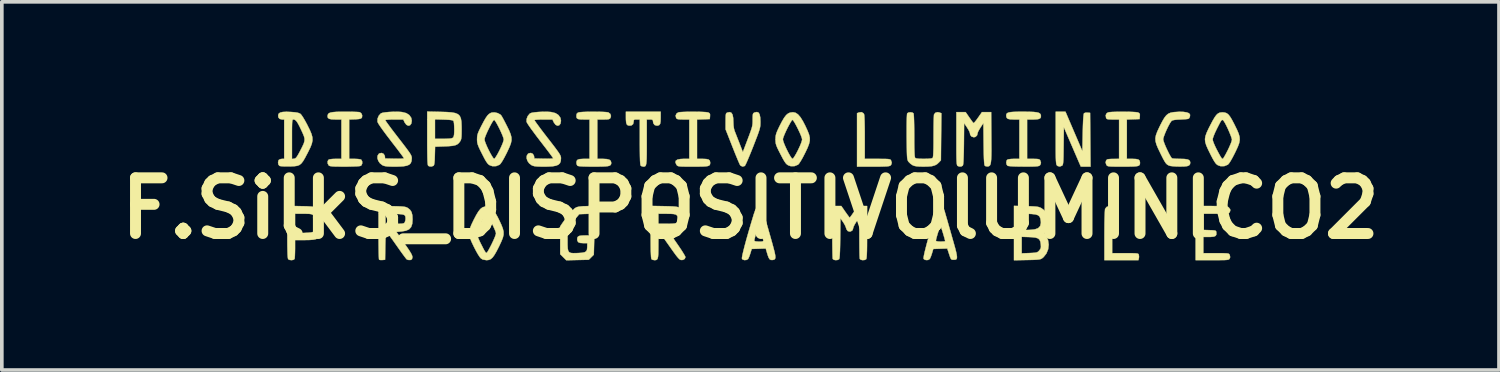
<source format=kicad_pcb>
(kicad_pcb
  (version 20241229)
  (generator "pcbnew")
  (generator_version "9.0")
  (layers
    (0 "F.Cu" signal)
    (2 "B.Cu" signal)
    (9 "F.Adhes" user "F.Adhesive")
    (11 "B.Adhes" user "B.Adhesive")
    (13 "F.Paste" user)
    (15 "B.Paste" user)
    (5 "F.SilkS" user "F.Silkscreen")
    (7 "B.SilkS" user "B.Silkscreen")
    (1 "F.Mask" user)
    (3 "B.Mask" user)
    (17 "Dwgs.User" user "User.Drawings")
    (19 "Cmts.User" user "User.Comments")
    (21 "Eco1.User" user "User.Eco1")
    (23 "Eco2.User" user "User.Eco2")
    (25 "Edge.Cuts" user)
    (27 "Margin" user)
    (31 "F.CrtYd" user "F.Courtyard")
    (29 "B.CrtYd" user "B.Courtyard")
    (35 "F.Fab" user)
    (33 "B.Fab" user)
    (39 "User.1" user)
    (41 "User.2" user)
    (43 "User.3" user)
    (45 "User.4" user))
  (footprint "F.SilkS_DISPOSITIVOlUMINICO2"
    (layer "F.Cu")
    (at 17.497 2.654)
    (property "Reference" "F.SilkS_DISPOSITIVOlUMINICO2" (at 0 0 0) (layer "F.SilkS") (effects (font (size 1.524 1.524) (thickness 0.3))))
    (attr through_hole)
    (fp_poly (pts (xy 3.093 -2.605) (xy 3.111 -2.58) (xy 3.117 -2.549) (xy 3.122 -2.479) (xy 3.126 -2.378) (xy 3.129 -2.248) (xy 3.131 -2.096) (xy 3.131 -1.948) (xy 3.131 -1.354) (xy 3.48 -1.354) (xy 3.609 -1.353) (xy 3.703 -1.352) (xy 3.767 -1.349) (xy 3.808 -1.343) (xy 3.832 -1.334) (xy 3.846 -1.321) (xy 3.85 -1.313) (xy 3.871 -1.246) (xy 3.853 -1.191) (xy 3.839 -1.175) (xy 3.822 -1.164) (xy 3.793 -1.156) (xy 3.747 -1.149) (xy 3.677 -1.146) (xy 3.58 -1.143) (xy 3.448 -1.142) (xy 3.363 -1.142) (xy 2.92 -1.142) (xy 2.92 -2.604) (xy 2.972 -2.624) (xy 3.042 -2.634) (xy 3.093 -2.605)) (stroke (width 0.01) (type solid)) (fill yes) (layer "F.SilkS"))
    (fp_poly (pts (xy 9.862 -0.042) (xy 9.874 -0.034) (xy 9.884 -0.022) (xy 9.891 -0.000053) (xy 9.897 0.035) (xy 9.9 0.089) (xy 9.903 0.165) (xy 9.904 0.27) (xy 9.905 0.407) (xy 9.905 0.58) (xy 9.905 0.605) (xy 9.905 1.229) (xy 10.263 1.229) (xy 10.394 1.229) (xy 10.489 1.23) (xy 10.554 1.233) (xy 10.595 1.238) (xy 10.618 1.246) (xy 10.63 1.259) (xy 10.635 1.272) (xy 10.641 1.328) (xy 10.636 1.368) (xy 10.624 1.419) (xy 9.693 1.419) (xy 9.693 0.743) (xy 9.694 0.576) (xy 9.695 0.42) (xy 9.698 0.282) (xy 9.702 0.166) (xy 9.706 0.08) (xy 9.71 0.027) (xy 9.713 0.015) (xy 9.752 -0.037) (xy 9.809 -0.056) (xy 9.862 -0.042)) (stroke (width 0.01) (type solid)) (fill yes) (layer "F.SilkS"))
    (fp_poly (pts (xy 8.858 -2.105) (xy 9.09 -1.564) (xy 9.1 -2.072) (xy 9.105 -2.259) (xy 9.111 -2.406) (xy 9.119 -2.513) (xy 9.127 -2.58) (xy 9.135 -2.603) (xy 9.171 -2.618) (xy 9.226 -2.62) (xy 9.23 -2.62) (xy 9.301 -2.613) (xy 9.307 -1.878) (xy 9.313 -1.142) (xy 9.18 -1.142) (xy 9.047 -1.143) (xy 8.582 -2.221) (xy 8.576 -1.708) (xy 8.574 -1.546) (xy 8.572 -1.42) (xy 8.569 -1.327) (xy 8.564 -1.261) (xy 8.558 -1.216) (xy 8.55 -1.189) (xy 8.54 -1.173) (xy 8.535 -1.169) (xy 8.473 -1.144) (xy 8.413 -1.159) (xy 8.393 -1.175) (xy 8.384 -1.189) (xy 8.376 -1.212) (xy 8.371 -1.25) (xy 8.366 -1.305) (xy 8.363 -1.384) (xy 8.361 -1.489) (xy 8.36 -1.625) (xy 8.36 -1.796) (xy 8.36 -1.927) (xy 8.36 -2.645) (xy 8.627 -2.645) (xy 8.858 -2.105)) (stroke (width 0.01) (type solid)) (fill yes) (layer "F.SilkS"))
    (fp_poly (pts (xy -2.457 -2.48) (xy -2.46 -2.381) (xy -2.471 -2.317) (xy -2.495 -2.281) (xy -2.535 -2.266) (xy -2.566 -2.264) (xy -2.624 -2.282) (xy -2.659 -2.333) (xy -2.668 -2.39) (xy -2.675 -2.418) (xy -2.702 -2.431) (xy -2.753 -2.433) (xy -2.838 -2.433) (xy -2.838 -1.813) (xy -2.838 -1.627) (xy -2.839 -1.479) (xy -2.841 -1.365) (xy -2.846 -1.28) (xy -2.853 -1.219) (xy -2.863 -1.18) (xy -2.877 -1.157) (xy -2.896 -1.146) (xy -2.92 -1.142) (xy -2.933 -1.142) (xy -2.981 -1.154) (xy -3.003 -1.168) (xy -3.011 -1.188) (xy -3.017 -1.236) (xy -3.022 -1.312) (xy -3.025 -1.421) (xy -3.027 -1.565) (xy -3.028 -1.747) (xy -3.028 -1.813) (xy -3.028 -2.433) (xy -3.113 -2.433) (xy -3.167 -2.431) (xy -3.191 -2.417) (xy -3.197 -2.384) (xy -3.197 -2.374) (xy -3.212 -2.307) (xy -3.255 -2.271) (xy -3.303 -2.264) (xy -3.352 -2.27) (xy -3.383 -2.295) (xy -3.401 -2.343) (xy -3.408 -2.423) (xy -3.409 -2.48) (xy -3.409 -2.645) (xy -2.457 -2.645) (xy -2.457 -2.48)) (stroke (width 0.01) (type solid)) (fill yes) (layer "F.SilkS"))
    (fp_poly (pts (xy -1.407 -2.643) (xy -1.302 -2.639) (xy -1.218 -2.634) (xy -1.164 -2.626) (xy -1.155 -2.624) (xy -1.118 -2.604) (xy -1.105 -2.572) (xy -1.106 -2.523) (xy -1.113 -2.444) (xy -1.462 -2.432) (xy -1.462 -1.354) (xy -1.307 -1.354) (xy -1.211 -1.35) (xy -1.149 -1.337) (xy -1.115 -1.31) (xy -1.103 -1.267) (xy -1.102 -1.248) (xy -1.104 -1.214) (xy -1.113 -1.188) (xy -1.135 -1.169) (xy -1.174 -1.156) (xy -1.237 -1.148) (xy -1.327 -1.144) (xy -1.45 -1.142) (xy -1.571 -1.142) (xy -1.714 -1.142) (xy -1.82 -1.143) (xy -1.896 -1.145) (xy -1.948 -1.15) (xy -1.981 -1.157) (xy -2.001 -1.167) (xy -2.015 -1.181) (xy -2.022 -1.189) (xy -2.052 -1.253) (xy -2.045 -1.3) (xy -1.999 -1.333) (xy -1.913 -1.35) (xy -1.831 -1.354) (xy -1.673 -1.354) (xy -1.673 -2.433) (xy -1.842 -2.433) (xy -1.928 -2.435) (xy -1.982 -2.44) (xy -2.013 -2.451) (xy -2.031 -2.471) (xy -2.034 -2.476) (xy -2.047 -2.539) (xy -2.023 -2.594) (xy -1.977 -2.625) (xy -1.935 -2.633) (xy -1.86 -2.638) (xy -1.76 -2.642) (xy -1.645 -2.644) (xy -1.525 -2.644) (xy -1.407 -2.643)) (stroke (width 0.01) (type solid)) (fill yes) (layer "F.SilkS"))
    (fp_poly (pts (xy 12.771 -0.062) (xy 12.882 -0.061) (xy 12.962 -0.059) (xy 13.017 -0.055) (xy 13.054 -0.048) (xy 13.079 -0.038) (xy 13.096 -0.025) (xy 13.101 -0.02) (xy 13.136 0.026) (xy 13.138 0.069) (xy 13.121 0.108) (xy 13.11 0.123) (xy 13.092 0.134) (xy 13.06 0.141) (xy 13.008 0.146) (xy 12.929 0.148) (xy 12.817 0.149) (xy 12.751 0.149) (xy 12.402 0.149) (xy 12.402 0.592) (xy 12.577 0.598) (xy 12.663 0.601) (xy 12.715 0.607) (xy 12.742 0.617) (xy 12.754 0.635) (xy 12.758 0.664) (xy 12.758 0.719) (xy 12.736 0.755) (xy 12.688 0.775) (xy 12.606 0.783) (xy 12.559 0.784) (xy 12.402 0.784) (xy 12.402 1.229) (xy 12.752 1.229) (xy 12.881 1.229) (xy 12.974 1.23) (xy 13.038 1.233) (xy 13.078 1.238) (xy 13.102 1.247) (xy 13.115 1.26) (xy 13.125 1.279) (xy 13.136 1.337) (xy 13.123 1.374) (xy 13.114 1.389) (xy 13.1 1.4) (xy 13.076 1.408) (xy 13.036 1.413) (xy 12.975 1.417) (xy 12.887 1.418) (xy 12.767 1.419) (xy 12.645 1.419) (xy 12.191 1.419) (xy 12.191 -0.063) (xy 12.625 -0.063) (xy 12.771 -0.062)) (stroke (width 0.01) (type solid)) (fill yes) (layer "F.SilkS"))
    (fp_poly (pts (xy -10.981 -2.644) (xy -10.87 -2.642) (xy -10.78 -2.639) (xy -10.718 -2.635) (xy -10.696 -2.632) (xy -10.654 -2.601) (xy -10.631 -2.549) (xy -10.635 -2.493) (xy -10.642 -2.478) (xy -10.667 -2.458) (xy -10.717 -2.446) (xy -10.801 -2.439) (xy -10.825 -2.438) (xy -10.987 -2.432) (xy -10.987 -1.354) (xy -10.832 -1.354) (xy -10.745 -1.35) (xy -10.681 -1.341) (xy -10.652 -1.328) (xy -10.63 -1.282) (xy -10.63 -1.224) (xy -10.652 -1.177) (xy -10.668 -1.164) (xy -10.703 -1.156) (xy -10.775 -1.15) (xy -10.878 -1.146) (xy -11.005 -1.143) (xy -11.111 -1.142) (xy -11.255 -1.143) (xy -11.363 -1.144) (xy -11.44 -1.148) (xy -11.492 -1.154) (xy -11.525 -1.162) (xy -11.544 -1.173) (xy -11.546 -1.175) (xy -11.574 -1.227) (xy -11.576 -1.287) (xy -11.554 -1.328) (xy -11.518 -1.342) (xy -11.449 -1.351) (xy -11.364 -1.354) (xy -11.198 -1.354) (xy -11.198 -2.433) (xy -11.365 -2.433) (xy -11.467 -2.437) (xy -11.532 -2.45) (xy -11.568 -2.476) (xy -11.578 -2.518) (xy -11.576 -2.543) (xy -11.565 -2.577) (xy -11.542 -2.603) (xy -11.499 -2.621) (xy -11.434 -2.633) (xy -11.34 -2.641) (xy -11.212 -2.644) (xy -11.103 -2.644) (xy -10.981 -2.644)) (stroke (width 0.01) (type solid)) (fill yes) (layer "F.SilkS"))
    (fp_poly (pts (xy -4.141 -2.643) (xy -4.036 -2.64) (xy -3.952 -2.635) (xy -3.898 -2.628) (xy -3.889 -2.625) (xy -3.837 -2.586) (xy -3.818 -2.529) (xy -3.832 -2.476) (xy -3.849 -2.455) (xy -3.876 -2.442) (xy -3.924 -2.435) (xy -4.003 -2.433) (xy -4.024 -2.433) (xy -4.192 -2.433) (xy -4.192 -1.354) (xy -4.035 -1.354) (xy -3.93 -1.348) (xy -3.861 -1.33) (xy -3.823 -1.297) (xy -3.811 -1.248) (xy -3.814 -1.214) (xy -3.827 -1.188) (xy -3.853 -1.169) (xy -3.899 -1.156) (xy -3.969 -1.148) (xy -4.069 -1.144) (xy -4.203 -1.142) (xy -4.295 -1.142) (xy -4.457 -1.143) (xy -4.579 -1.146) (xy -4.665 -1.151) (xy -4.717 -1.159) (xy -4.738 -1.168) (xy -4.758 -1.207) (xy -4.764 -1.248) (xy -4.757 -1.298) (xy -4.731 -1.33) (xy -4.68 -1.347) (xy -4.596 -1.353) (xy -4.558 -1.354) (xy -4.404 -1.354) (xy -4.404 -2.433) (xy -4.55 -2.433) (xy -4.648 -2.435) (xy -4.71 -2.443) (xy -4.745 -2.46) (xy -4.761 -2.489) (xy -4.764 -2.531) (xy -4.757 -2.586) (xy -4.729 -2.615) (xy -4.71 -2.624) (xy -4.667 -2.632) (xy -4.592 -2.638) (xy -4.493 -2.642) (xy -4.378 -2.644) (xy -4.258 -2.644) (xy -4.141 -2.643)) (stroke (width 0.01) (type solid)) (fill yes) (layer "F.SilkS"))
    (fp_poly (pts (xy 10.361 -2.643) (xy 10.466 -2.639) (xy 10.55 -2.634) (xy 10.604 -2.627) (xy 10.614 -2.624) (xy 10.65 -2.604) (xy 10.664 -2.572) (xy 10.663 -2.523) (xy 10.656 -2.444) (xy 10.307 -2.432) (xy 10.307 -1.354) (xy 10.461 -1.354) (xy 10.558 -1.35) (xy 10.62 -1.337) (xy 10.653 -1.31) (xy 10.666 -1.267) (xy 10.667 -1.248) (xy 10.665 -1.214) (xy 10.656 -1.188) (xy 10.634 -1.169) (xy 10.594 -1.156) (xy 10.532 -1.148) (xy 10.442 -1.144) (xy 10.319 -1.142) (xy 10.197 -1.142) (xy 10.054 -1.142) (xy 9.948 -1.143) (xy 9.872 -1.145) (xy 9.82 -1.149) (xy 9.788 -1.156) (xy 9.767 -1.166) (xy 9.754 -1.18) (xy 9.746 -1.192) (xy 9.726 -1.253) (xy 9.74 -1.31) (xy 9.766 -1.338) (xy 9.797 -1.345) (xy 9.858 -1.351) (xy 9.935 -1.353) (xy 9.942 -1.353) (xy 10.095 -1.354) (xy 10.095 -2.433) (xy 9.925 -2.433) (xy 9.84 -2.434) (xy 9.787 -2.439) (xy 9.758 -2.449) (xy 9.743 -2.468) (xy 9.738 -2.48) (xy 9.729 -2.55) (xy 9.755 -2.603) (xy 9.793 -2.625) (xy 9.834 -2.633) (xy 9.91 -2.639) (xy 10.009 -2.642) (xy 10.123 -2.644) (xy 10.244 -2.644) (xy 10.361 -2.643)) (stroke (width 0.01) (type solid)) (fill yes) (layer "F.SilkS"))
    (fp_poly (pts (xy 7.477 -2.645) (xy 7.632 -2.643) (xy 7.749 -2.639) (xy 7.834 -2.63) (xy 7.892 -2.616) (xy 7.928 -2.596) (xy 7.947 -2.568) (xy 7.954 -2.543) (xy 7.953 -2.493) (xy 7.93 -2.461) (xy 7.879 -2.442) (xy 7.795 -2.434) (xy 7.743 -2.433) (xy 7.576 -2.433) (xy 7.576 -1.354) (xy 7.745 -1.354) (xy 7.832 -1.352) (xy 7.886 -1.347) (xy 7.916 -1.335) (xy 7.934 -1.315) (xy 7.935 -1.313) (xy 7.956 -1.246) (xy 7.938 -1.191) (xy 7.924 -1.175) (xy 7.906 -1.164) (xy 7.876 -1.155) (xy 7.828 -1.149) (xy 7.756 -1.145) (xy 7.655 -1.143) (xy 7.518 -1.143) (xy 7.485 -1.143) (xy 7.345 -1.144) (xy 7.225 -1.147) (xy 7.13 -1.152) (xy 7.066 -1.159) (xy 7.042 -1.165) (xy 7.014 -1.202) (xy 7.005 -1.258) (xy 7.018 -1.311) (xy 7.03 -1.328) (xy 7.066 -1.342) (xy 7.133 -1.351) (xy 7.21 -1.354) (xy 7.365 -1.354) (xy 7.365 -2.433) (xy 7.21 -2.433) (xy 7.114 -2.437) (xy 7.052 -2.45) (xy 7.019 -2.477) (xy 7.006 -2.52) (xy 7.005 -2.544) (xy 7.009 -2.577) (xy 7.026 -2.602) (xy 7.059 -2.62) (xy 7.115 -2.633) (xy 7.197 -2.64) (xy 7.312 -2.644) (xy 7.463 -2.645) (xy 7.477 -2.645)) (stroke (width 0.01) (type solid)) (fill yes) (layer "F.SilkS"))
    (fp_poly (pts (xy -12.301 -0.059) (xy -12.149 -0.056) (xy -12.034 -0.049) (xy -11.948 -0.039) (xy -11.886 -0.022) (xy -11.841 0.003) (xy -11.806 0.038) (xy -11.777 0.085) (xy -11.765 0.108) (xy -11.745 0.174) (xy -11.731 0.268) (xy -11.726 0.379) (xy -11.727 0.493) (xy -11.736 0.599) (xy -11.752 0.683) (xy -11.763 0.715) (xy -11.796 0.772) (xy -11.837 0.814) (xy -11.893 0.842) (xy -11.971 0.859) (xy -12.077 0.867) (xy -12.199 0.869) (xy -12.468 0.869) (xy -12.468 1.11) (xy -12.47 1.21) (xy -12.473 1.296) (xy -12.477 1.358) (xy -12.481 1.386) (xy -12.51 1.409) (xy -12.561 1.419) (xy -12.616 1.413) (xy -12.655 1.394) (xy -12.662 1.374) (xy -12.668 1.329) (xy -12.673 1.256) (xy -12.676 1.153) (xy -12.679 1.015) (xy -12.68 0.841) (xy -12.68 0.651) (xy -12.68 0.149) (xy -12.468 0.149) (xy -12.468 0.684) (xy -12.223 0.674) (xy -12.108 0.668) (xy -12.029 0.66) (xy -11.981 0.649) (xy -11.959 0.635) (xy -11.959 0.634) (xy -11.951 0.601) (xy -11.944 0.536) (xy -11.94 0.451) (xy -11.94 0.398) (xy -11.94 0.301) (xy -11.947 0.233) (xy -11.966 0.189) (xy -12.005 0.164) (xy -12.068 0.152) (xy -12.163 0.149) (xy -12.245 0.149) (xy -12.468 0.149) (xy -12.68 0.149) (xy -12.68 -0.067) (xy -12.301 -0.059)) (stroke (width 0.01) (type solid)) (fill yes) (layer "F.SilkS"))
    (fp_poly (pts (xy -8.484 -2.641) (xy -8.313 -2.636) (xy -8.179 -2.626) (xy -8.078 -2.607) (xy -8.006 -2.576) (xy -7.958 -2.529) (xy -7.928 -2.461) (xy -7.913 -2.37) (xy -7.908 -2.251) (xy -7.907 -2.17) (xy -7.908 -2.051) (xy -7.911 -1.967) (xy -7.918 -1.909) (xy -7.929 -1.869) (xy -7.945 -1.838) (xy -7.946 -1.837) (xy -7.984 -1.787) (xy -8.027 -1.751) (xy -8.082 -1.727) (xy -8.157 -1.711) (xy -8.26 -1.702) (xy -8.365 -1.697) (xy -8.634 -1.687) (xy -8.641 -1.435) (xy -8.645 -1.321) (xy -8.652 -1.242) (xy -8.661 -1.193) (xy -8.674 -1.168) (xy -8.68 -1.163) (xy -8.738 -1.144) (xy -8.797 -1.151) (xy -8.824 -1.168) (xy -8.831 -1.187) (xy -8.837 -1.232) (xy -8.842 -1.304) (xy -8.845 -1.407) (xy -8.847 -1.544) (xy -8.849 -1.718) (xy -8.849 -1.904) (xy -8.637 -1.904) (xy -8.406 -1.904) (xy -8.297 -1.905) (xy -8.222 -1.91) (xy -8.174 -1.919) (xy -8.146 -1.933) (xy -8.141 -1.937) (xy -8.124 -1.966) (xy -8.114 -2.014) (xy -8.109 -2.092) (xy -8.108 -2.165) (xy -8.111 -2.254) (xy -8.116 -2.33) (xy -8.125 -2.38) (xy -8.129 -2.391) (xy -8.148 -2.406) (xy -8.189 -2.416) (xy -8.257 -2.424) (xy -8.36 -2.429) (xy -8.393 -2.43) (xy -8.637 -2.437) (xy -8.637 -1.904) (xy -8.849 -1.904) (xy -8.849 -1.921) (xy -8.849 -2.649) (xy -8.484 -2.641)) (stroke (width 0.01) (type solid)) (fill yes) (layer "F.SilkS"))
    (fp_poly (pts (xy 0.222 -2.621) (xy 0.252 -2.572) (xy 0.269 -2.488) (xy 0.274 -2.369) (xy 0.273 -2.315) (xy 0.271 -2.268) (xy 0.264 -2.22) (xy 0.251 -2.167) (xy 0.231 -2.102) (xy 0.202 -2.019) (xy 0.161 -1.912) (xy 0.108 -1.775) (xy 0.074 -1.687) (xy 0.019 -1.549) (xy -0.033 -1.423) (xy -0.078 -1.316) (xy -0.115 -1.233) (xy -0.142 -1.179) (xy -0.154 -1.16) (xy -0.213 -1.143) (xy -0.266 -1.167) (xy -0.285 -1.19) (xy -0.301 -1.223) (xy -0.33 -1.289) (xy -0.369 -1.382) (xy -0.416 -1.496) (xy -0.467 -1.624) (xy -0.497 -1.7) (xy -0.679 -2.162) (xy -0.679 -2.383) (xy -0.678 -2.482) (xy -0.675 -2.547) (xy -0.669 -2.586) (xy -0.657 -2.607) (xy -0.638 -2.619) (xy -0.632 -2.621) (xy -0.568 -2.634) (xy -0.521 -2.616) (xy -0.489 -2.564) (xy -0.472 -2.476) (xy -0.467 -2.36) (xy -0.463 -2.272) (xy -0.452 -2.19) (xy -0.438 -2.134) (xy -0.42 -2.087) (xy -0.39 -2.011) (xy -0.353 -1.916) (xy -0.312 -1.812) (xy -0.308 -1.801) (xy -0.207 -1.539) (xy -0.073 -1.893) (xy -0.024 -2.023) (xy 0.011 -2.121) (xy 0.036 -2.196) (xy 0.051 -2.258) (xy 0.059 -2.314) (xy 0.062 -2.372) (xy 0.062 -2.426) (xy 0.063 -2.513) (xy 0.067 -2.567) (xy 0.076 -2.598) (xy 0.094 -2.614) (xy 0.115 -2.624) (xy 0.177 -2.637) (xy 0.222 -2.621)) (stroke (width 0.01) (type solid)) (fill yes) (layer "F.SilkS"))
    (fp_poly (pts (xy 2.599 0.096) (xy 2.649 0.166) (xy 2.689 0.22) (xy 2.714 0.251) (xy 2.719 0.255) (xy 2.734 0.239) (xy 2.767 0.195) (xy 2.811 0.131) (xy 2.835 0.096) (xy 2.942 -0.063) (xy 3.195 -0.063) (xy 3.195 0.653) (xy 3.194 0.862) (xy 3.193 1.032) (xy 3.191 1.166) (xy 3.187 1.266) (xy 3.182 1.336) (xy 3.176 1.377) (xy 3.169 1.394) (xy 3.128 1.414) (xy 3.073 1.419) (xy 3.023 1.408) (xy 2.996 1.386) (xy 2.993 1.356) (xy 2.989 1.29) (xy 2.987 1.194) (xy 2.985 1.073) (xy 2.984 0.934) (xy 2.983 0.798) (xy 2.983 0.244) (xy 2.899 0.371) (xy 2.856 0.44) (xy 2.826 0.501) (xy 2.814 0.541) (xy 2.814 0.542) (xy 2.796 0.6) (xy 2.748 0.632) (xy 2.717 0.636) (xy 2.666 0.622) (xy 2.632 0.576) (xy 2.615 0.525) (xy 2.595 0.474) (xy 2.559 0.409) (xy 2.533 0.37) (xy 2.465 0.273) (xy 2.459 0.818) (xy 2.456 1.013) (xy 2.452 1.168) (xy 2.446 1.284) (xy 2.439 1.358) (xy 2.43 1.391) (xy 2.43 1.391) (xy 2.391 1.413) (xy 2.338 1.419) (xy 2.286 1.41) (xy 2.256 1.387) (xy 2.255 1.386) (xy 2.252 1.357) (xy 2.249 1.291) (xy 2.247 1.194) (xy 2.245 1.069) (xy 2.243 0.924) (xy 2.243 0.762) (xy 2.242 0.645) (xy 2.242 -0.063) (xy 2.489 -0.063) (xy 2.599 0.096)) (stroke (width 0.01) (type solid)) (fill yes) (layer "F.SilkS"))
    (fp_poly (pts (xy 5.995 -2.486) (xy 6.043 -2.418) (xy 6.082 -2.365) (xy 6.107 -2.336) (xy 6.111 -2.333) (xy 6.129 -2.347) (xy 6.165 -2.389) (xy 6.211 -2.45) (xy 6.233 -2.481) (xy 6.34 -2.634) (xy 6.592 -2.634) (xy 6.597 -1.946) (xy 6.598 -1.743) (xy 6.599 -1.578) (xy 6.597 -1.447) (xy 6.593 -1.346) (xy 6.586 -1.271) (xy 6.577 -1.218) (xy 6.563 -1.183) (xy 6.545 -1.162) (xy 6.522 -1.151) (xy 6.495 -1.146) (xy 6.444 -1.152) (xy 6.416 -1.169) (xy 6.407 -1.199) (xy 6.4 -1.265) (xy 6.394 -1.369) (xy 6.39 -1.513) (xy 6.387 -1.698) (xy 6.386 -1.767) (xy 6.38 -2.334) (xy 6.301 -2.215) (xy 6.261 -2.149) (xy 6.232 -2.094) (xy 6.222 -2.062) (xy 6.205 -1.996) (xy 6.16 -1.955) (xy 6.116 -1.946) (xy 6.055 -1.965) (xy 6.018 -2.014) (xy 6.01 -2.062) (xy 5.999 -2.096) (xy 5.97 -2.152) (xy 5.931 -2.215) (xy 5.851 -2.334) (xy 5.846 -1.767) (xy 5.843 -1.565) (xy 5.838 -1.405) (xy 5.833 -1.286) (xy 5.826 -1.208) (xy 5.817 -1.172) (xy 5.817 -1.17) (xy 5.773 -1.146) (xy 5.714 -1.146) (xy 5.671 -1.163) (xy 5.663 -1.173) (xy 5.656 -1.195) (xy 5.65 -1.232) (xy 5.646 -1.289) (xy 5.643 -1.37) (xy 5.641 -1.478) (xy 5.64 -1.619) (xy 5.64 -1.795) (xy 5.64 -1.909) (xy 5.64 -2.634) (xy 5.893 -2.634) (xy 5.995 -2.486)) (stroke (width 0.01) (type solid)) (fill yes) (layer "F.SilkS"))
    (fp_poly (pts (xy -4.365 -0.052) (xy -4.312 -0.031) (xy -4.284 0.005) (xy -4.277 0.053) (xy -4.28 0.092) (xy -4.292 0.119) (xy -4.322 0.136) (xy -4.375 0.146) (xy -4.459 0.152) (xy -4.53 0.154) (xy -4.688 0.16) (xy -4.792 0.287) (xy -4.871 0.385) (xy -4.928 0.46) (xy -4.967 0.522) (xy -4.99 0.582) (xy -5.002 0.649) (xy -5.007 0.734) (xy -5.007 0.846) (xy -5.007 0.874) (xy -5.007 1.005) (xy -5.002 1.1) (xy -4.989 1.163) (xy -4.962 1.202) (xy -4.917 1.222) (xy -4.85 1.228) (xy -4.755 1.226) (xy -4.725 1.225) (xy -4.616 1.218) (xy -4.543 1.204) (xy -4.498 1.178) (xy -4.475 1.135) (xy -4.468 1.07) (xy -4.467 1.045) (xy -4.467 0.953) (xy -4.58 0.953) (xy -4.665 0.947) (xy -4.716 0.925) (xy -4.739 0.883) (xy -4.743 0.848) (xy -4.738 0.803) (xy -4.719 0.773) (xy -4.679 0.754) (xy -4.612 0.745) (xy -4.51 0.742) (xy -4.483 0.742) (xy -4.274 0.742) (xy -4.281 1.006) (xy -4.288 1.27) (xy -4.357 1.339) (xy -4.426 1.408) (xy -4.733 1.415) (xy -5.041 1.422) (xy -5.208 1.255) (xy -5.208 0.495) (xy -5.145 0.401) (xy -5.084 0.316) (xy -5.012 0.224) (xy -4.939 0.136) (xy -4.872 0.061) (xy -4.818 0.007) (xy -4.801 -0.006) (xy -4.756 -0.031) (xy -4.693 -0.046) (xy -4.602 -0.056) (xy -4.569 -0.058) (xy -4.449 -0.06) (xy -4.365 -0.052)) (stroke (width 0.01) (type solid)) (fill yes) (layer "F.SilkS"))
    (fp_poly (pts (xy 5.173 -2.624) (xy 5.229 -2.603) (xy 5.222 -1.959) (xy 5.216 -1.315) (xy 5.163 -1.258) (xy 5.11 -1.209) (xy 5.049 -1.176) (xy 4.972 -1.155) (xy 4.87 -1.145) (xy 4.746 -1.142) (xy 4.63 -1.144) (xy 4.546 -1.151) (xy 4.486 -1.163) (xy 4.445 -1.179) (xy 4.383 -1.221) (xy 4.331 -1.273) (xy 4.329 -1.276) (xy 4.316 -1.295) (xy 4.306 -1.318) (xy 4.298 -1.348) (xy 4.292 -1.392) (xy 4.288 -1.454) (xy 4.285 -1.539) (xy 4.283 -1.652) (xy 4.281 -1.799) (xy 4.279 -1.953) (xy 4.279 -2.119) (xy 4.279 -2.269) (xy 4.281 -2.396) (xy 4.284 -2.498) (xy 4.288 -2.567) (xy 4.293 -2.6) (xy 4.293 -2.601) (xy 4.329 -2.623) (xy 4.384 -2.63) (xy 4.437 -2.621) (xy 4.466 -2.601) (xy 4.471 -2.573) (xy 4.476 -2.508) (xy 4.48 -2.412) (xy 4.483 -2.291) (xy 4.485 -2.151) (xy 4.486 -1.998) (xy 4.486 -1.988) (xy 4.486 -1.798) (xy 4.488 -1.648) (xy 4.492 -1.534) (xy 4.496 -1.454) (xy 4.503 -1.403) (xy 4.511 -1.38) (xy 4.511 -1.379) (xy 4.548 -1.366) (xy 4.623 -1.357) (xy 4.735 -1.354) (xy 4.751 -1.354) (xy 4.866 -1.357) (xy 4.946 -1.364) (xy 4.988 -1.377) (xy 4.99 -1.379) (xy 4.998 -1.401) (xy 5.005 -1.45) (xy 5.009 -1.529) (xy 5.013 -1.641) (xy 5.015 -1.79) (xy 5.015 -1.97) (xy 5.016 -2.122) (xy 5.017 -2.261) (xy 5.019 -2.381) (xy 5.022 -2.477) (xy 5.025 -2.542) (xy 5.028 -2.57) (xy 5.066 -2.617) (xy 5.125 -2.633) (xy 5.173 -2.624)) (stroke (width 0.01) (type solid)) (fill yes) (layer "F.SilkS"))
    (fp_poly (pts (xy 11.849 -2.641) (xy 11.941 -2.628) (xy 12.003 -2.606) (xy 12.016 -2.596) (xy 12.039 -2.559) (xy 12.033 -2.51) (xy 12.03 -2.502) (xy 12.02 -2.477) (xy 12.005 -2.459) (xy 11.977 -2.448) (xy 11.929 -2.442) (xy 11.851 -2.437) (xy 11.781 -2.433) (xy 11.677 -2.428) (xy 11.607 -2.42) (xy 11.562 -2.41) (xy 11.535 -2.396) (xy 11.52 -2.38) (xy 11.482 -2.322) (xy 11.439 -2.242) (xy 11.395 -2.15) (xy 11.355 -2.057) (xy 11.323 -1.973) (xy 11.304 -1.911) (xy 11.302 -1.889) (xy 11.311 -1.845) (xy 11.335 -1.776) (xy 11.37 -1.69) (xy 11.412 -1.599) (xy 11.455 -1.511) (xy 11.495 -1.437) (xy 11.527 -1.386) (xy 11.542 -1.37) (xy 11.573 -1.363) (xy 11.635 -1.358) (xy 11.718 -1.355) (xy 11.771 -1.354) (xy 11.886 -1.351) (xy 11.965 -1.34) (xy 12.014 -1.319) (xy 12.037 -1.285) (xy 12.043 -1.248) (xy 12.035 -1.204) (xy 12.009 -1.174) (xy 11.958 -1.155) (xy 11.876 -1.146) (xy 11.761 -1.144) (xy 11.662 -1.146) (xy 11.574 -1.152) (xy 11.509 -1.159) (xy 11.486 -1.164) (xy 11.444 -1.179) (xy 11.41 -1.2) (xy 11.377 -1.233) (xy 11.342 -1.285) (xy 11.299 -1.362) (xy 11.245 -1.469) (xy 11.225 -1.51) (xy 11.161 -1.643) (xy 11.117 -1.749) (xy 11.093 -1.838) (xy 11.089 -1.92) (xy 11.105 -2.004) (xy 11.141 -2.101) (xy 11.196 -2.22) (xy 11.214 -2.257) (xy 11.28 -2.385) (xy 11.336 -2.48) (xy 11.388 -2.546) (xy 11.442 -2.59) (xy 11.504 -2.617) (xy 11.58 -2.632) (xy 11.609 -2.635) (xy 11.736 -2.643) (xy 11.849 -2.641)) (stroke (width 0.01) (type solid)) (fill yes) (layer "F.SilkS"))
    (fp_poly (pts (xy 5.261 -0.03) (xy 5.302 0.033) (xy 5.319 0.081) (xy 5.332 0.127) (xy 5.355 0.208) (xy 5.387 0.317) (xy 5.424 0.447) (xy 5.466 0.593) (xy 5.51 0.748) (xy 5.513 0.76) (xy 5.564 0.939) (xy 5.604 1.082) (xy 5.632 1.192) (xy 5.649 1.275) (xy 5.656 1.333) (xy 5.652 1.371) (xy 5.639 1.394) (xy 5.616 1.405) (xy 5.583 1.408) (xy 5.563 1.408) (xy 5.526 1.407) (xy 5.501 1.396) (xy 5.481 1.367) (xy 5.46 1.312) (xy 5.441 1.254) (xy 5.39 1.1) (xy 5.198 1.106) (xy 5.007 1.112) (xy 4.971 1.235) (xy 4.947 1.306) (xy 4.923 1.363) (xy 4.909 1.388) (xy 4.865 1.414) (xy 4.809 1.417) (xy 4.76 1.4) (xy 4.742 1.381) (xy 4.742 1.349) (xy 4.753 1.283) (xy 4.774 1.188) (xy 4.803 1.071) (xy 4.838 0.937) (xy 4.852 0.89) (xy 5.079 0.89) (xy 5.098 0.901) (xy 5.149 0.909) (xy 5.206 0.911) (xy 5.273 0.909) (xy 5.319 0.905) (xy 5.333 0.899) (xy 5.327 0.869) (xy 5.312 0.811) (xy 5.29 0.736) (xy 5.266 0.655) (xy 5.242 0.579) (xy 5.222 0.518) (xy 5.209 0.485) (xy 5.207 0.482) (xy 5.197 0.495) (xy 5.179 0.539) (xy 5.156 0.604) (xy 5.132 0.68) (xy 5.109 0.758) (xy 5.09 0.826) (xy 5.08 0.876) (xy 5.079 0.89) (xy 4.852 0.89) (xy 4.879 0.793) (xy 4.922 0.644) (xy 4.966 0.496) (xy 5.01 0.355) (xy 5.052 0.227) (xy 5.09 0.118) (xy 5.121 0.034) (xy 5.146 -0.02) (xy 5.158 -0.036) (xy 5.213 -0.053) (xy 5.261 -0.03)) (stroke (width 0.01) (type solid)) (fill yes) (layer "F.SilkS"))
    (fp_poly (pts (xy 7.55 -0.059) (xy 7.678 -0.056) (xy 7.773 -0.051) (xy 7.84 -0.045) (xy 7.89 -0.036) (xy 7.929 -0.023) (xy 7.966 -0.005) (xy 7.971 -0.002) (xy 8.035 0.047) (xy 8.09 0.107) (xy 8.102 0.125) (xy 8.144 0.234) (xy 8.162 0.355) (xy 8.154 0.475) (xy 8.122 0.581) (xy 8.087 0.638) (xy 8.064 0.67) (xy 8.062 0.697) (xy 8.082 0.735) (xy 8.096 0.756) (xy 8.149 0.87) (xy 8.167 0.995) (xy 8.152 1.121) (xy 8.104 1.238) (xy 8.026 1.336) (xy 7.993 1.364) (xy 7.967 1.381) (xy 7.937 1.393) (xy 7.895 1.401) (xy 7.833 1.407) (xy 7.747 1.411) (xy 7.627 1.414) (xy 7.575 1.415) (xy 7.217 1.422) (xy 7.217 1.233) (xy 7.428 1.233) (xy 7.642 1.225) (xy 7.74 1.22) (xy 7.805 1.214) (xy 7.848 1.204) (xy 7.877 1.188) (xy 7.902 1.163) (xy 7.909 1.155) (xy 7.942 1.109) (xy 7.955 1.062) (xy 7.952 0.994) (xy 7.952 0.99) (xy 7.94 0.912) (xy 7.915 0.858) (xy 7.872 0.822) (xy 7.803 0.801) (xy 7.702 0.79) (xy 7.639 0.787) (xy 7.428 0.78) (xy 7.428 1.233) (xy 7.217 1.233) (xy 7.217 0.594) (xy 7.428 0.594) (xy 7.571 0.593) (xy 7.66 0.59) (xy 7.746 0.582) (xy 7.799 0.573) (xy 7.884 0.539) (xy 7.935 0.484) (xy 7.954 0.403) (xy 7.952 0.354) (xy 7.939 0.276) (xy 7.915 0.222) (xy 7.871 0.187) (xy 7.802 0.166) (xy 7.701 0.155) (xy 7.639 0.152) (xy 7.428 0.145) (xy 7.428 0.594) (xy 7.217 0.594) (xy 7.217 -0.067) (xy 7.55 -0.059)) (stroke (width 0.01) (type solid)) (fill yes) (layer "F.SilkS"))
    (fp_poly (pts (xy 0.273 -0.042) (xy 0.286 -0.034) (xy 0.298 -0.022) (xy 0.31 -0.002) (xy 0.324 0.03) (xy 0.342 0.078) (xy 0.364 0.145) (xy 0.391 0.235) (xy 0.426 0.353) (xy 0.469 0.502) (xy 0.521 0.685) (xy 0.551 0.79) (xy 0.6 0.964) (xy 0.637 1.102) (xy 0.664 1.207) (xy 0.679 1.285) (xy 0.684 1.34) (xy 0.678 1.376) (xy 0.663 1.397) (xy 0.639 1.409) (xy 0.605 1.414) (xy 0.6 1.415) (xy 0.558 1.413) (xy 0.527 1.394) (xy 0.5 1.352) (xy 0.473 1.279) (xy 0.456 1.222) (xy 0.42 1.1) (xy 0.228 1.106) (xy 0.036 1.112) (xy -0.002 1.234) (xy -0.026 1.306) (xy -0.051 1.363) (xy -0.065 1.388) (xy -0.108 1.413) (xy -0.164 1.418) (xy -0.213 1.401) (xy -0.231 1.382) (xy -0.231 1.35) (xy -0.219 1.281) (xy -0.195 1.177) (xy -0.161 1.041) (xy -0.12 0.89) (xy 0.105 0.89) (xy 0.124 0.901) (xy 0.175 0.909) (xy 0.234 0.911) (xy 0.305 0.91) (xy 0.343 0.903) (xy 0.355 0.89) (xy 0.353 0.874) (xy 0.343 0.838) (xy 0.325 0.772) (xy 0.302 0.689) (xy 0.292 0.652) (xy 0.269 0.57) (xy 0.249 0.507) (xy 0.234 0.471) (xy 0.23 0.467) (xy 0.22 0.485) (xy 0.203 0.535) (xy 0.181 0.604) (xy 0.157 0.684) (xy 0.134 0.762) (xy 0.116 0.831) (xy 0.106 0.878) (xy 0.105 0.89) (xy -0.12 0.89) (xy -0.117 0.877) (xy -0.063 0.687) (xy -0.001 0.474) (xy 0.069 0.241) (xy 0.092 0.164) (xy 0.13 0.055) (xy 0.166 -0.015) (xy 0.203 -0.05) (xy 0.245 -0.053) (xy 0.273 -0.042)) (stroke (width 0.01) (type solid)) (fill yes) (layer "F.SilkS"))
    (fp_poly (pts (xy -12.576 -2.638) (xy -12.466 -2.629) (xy -12.39 -2.616) (xy -12.339 -2.597) (xy -12.322 -2.587) (xy -12.291 -2.553) (xy -12.247 -2.487) (xy -12.195 -2.399) (xy -12.138 -2.294) (xy -12.13 -2.277) (xy -12.063 -2.142) (xy -12.018 -2.035) (xy -11.994 -1.944) (xy -11.991 -1.859) (xy -12.009 -1.771) (xy -12.048 -1.67) (xy -12.109 -1.546) (xy -12.131 -1.503) (xy -12.196 -1.38) (xy -12.249 -1.29) (xy -12.297 -1.228) (xy -12.348 -1.187) (xy -12.409 -1.164) (xy -12.487 -1.153) (xy -12.59 -1.148) (xy -12.623 -1.147) (xy -12.733 -1.147) (xy -12.822 -1.151) (xy -12.88 -1.158) (xy -12.897 -1.164) (xy -12.925 -1.202) (xy -12.933 -1.258) (xy -12.921 -1.312) (xy -12.909 -1.328) (xy -12.87 -1.347) (xy -12.824 -1.354) (xy -12.765 -1.354) (xy -12.765 -1.892) (xy -12.553 -1.892) (xy -12.553 -1.351) (xy -12.495 -1.358) (xy -12.467 -1.365) (xy -12.44 -1.386) (xy -12.41 -1.426) (xy -12.372 -1.491) (xy -12.326 -1.576) (xy -12.269 -1.688) (xy -12.23 -1.773) (xy -12.21 -1.842) (xy -12.207 -1.903) (xy -12.222 -1.968) (xy -12.254 -2.047) (xy -12.296 -2.139) (xy -12.352 -2.255) (xy -12.397 -2.338) (xy -12.434 -2.391) (xy -12.468 -2.421) (xy -12.501 -2.433) (xy -12.512 -2.433) (xy -12.525 -2.432) (xy -12.534 -2.423) (xy -12.542 -2.404) (xy -12.547 -2.368) (xy -12.55 -2.311) (xy -12.552 -2.228) (xy -12.553 -2.115) (xy -12.553 -1.965) (xy -12.553 -1.892) (xy -12.765 -1.892) (xy -12.765 -2.433) (xy -12.826 -2.433) (xy -12.891 -2.449) (xy -12.926 -2.493) (xy -12.93 -2.553) (xy -12.914 -2.594) (xy -12.874 -2.622) (xy -12.805 -2.638) (xy -12.703 -2.643) (xy -12.576 -2.638)) (stroke (width 0.01) (type solid)) (fill yes) (layer "F.SilkS"))
    (fp_poly (pts (xy -9.817 -0.059) (xy -9.68 -0.056) (xy -9.578 -0.052) (xy -9.504 -0.046) (xy -9.452 -0.038) (xy -9.414 -0.026) (xy -9.386 -0.012) (xy -9.321 0.039) (xy -9.279 0.103) (xy -9.257 0.189) (xy -9.251 0.303) (xy -9.26 0.425) (xy -9.291 0.514) (xy -9.347 0.575) (xy -9.434 0.613) (xy -9.557 0.634) (xy -9.561 0.634) (xy -9.692 0.646) (xy -9.471 0.964) (xy -9.389 1.082) (xy -9.329 1.172) (xy -9.289 1.239) (xy -9.266 1.288) (xy -9.256 1.324) (xy -9.255 1.345) (xy -9.268 1.392) (xy -9.3 1.412) (xy -9.321 1.415) (xy -9.376 1.412) (xy -9.411 1.397) (xy -9.432 1.372) (xy -9.473 1.318) (xy -9.53 1.241) (xy -9.599 1.145) (xy -9.675 1.037) (xy -9.699 1.003) (xy -9.776 0.894) (xy -9.845 0.798) (xy -9.903 0.72) (xy -9.946 0.665) (xy -9.97 0.638) (xy -9.973 0.636) (xy -9.979 0.656) (xy -9.985 0.712) (xy -9.99 0.797) (xy -9.994 0.904) (xy -9.997 1.022) (xy -10.003 1.408) (xy -10.077 1.415) (xy -10.131 1.415) (xy -10.165 1.408) (xy -10.167 1.406) (xy -10.171 1.382) (xy -10.174 1.321) (xy -10.177 1.227) (xy -10.179 1.106) (xy -10.181 0.962) (xy -10.182 0.801) (xy -10.182 0.662) (xy -10.182 0.424) (xy -9.992 0.424) (xy -9.739 0.424) (xy -9.63 0.424) (xy -9.557 0.421) (xy -9.51 0.415) (xy -9.483 0.405) (xy -9.468 0.39) (xy -9.464 0.383) (xy -9.447 0.331) (xy -9.442 0.283) (xy -9.445 0.234) (xy -9.457 0.2) (xy -9.485 0.178) (xy -9.536 0.165) (xy -9.616 0.157) (xy -9.731 0.153) (xy -9.737 0.153) (xy -9.992 0.145) (xy -9.992 0.424) (xy -10.182 0.424) (xy -10.182 -0.067) (xy -9.817 -0.059)) (stroke (width 0.01) (type solid)) (fill yes) (layer "F.SilkS"))
    (fp_poly (pts (xy -7.163 -0.04) (xy -7.103 -0.012) (xy -7.046 0.04) (xy -6.988 0.12) (xy -6.923 0.234) (xy -6.88 0.321) (xy -6.82 0.45) (xy -6.78 0.552) (xy -6.759 0.639) (xy -6.759 0.721) (xy -6.779 0.807) (xy -6.82 0.909) (xy -6.88 1.037) (xy -6.887 1.051) (xy -6.954 1.182) (xy -7.01 1.278) (xy -7.059 1.345) (xy -7.107 1.388) (xy -7.157 1.411) (xy -7.214 1.419) (xy -7.23 1.419) (xy -7.328 1.402) (xy -7.377 1.373) (xy -7.41 1.335) (xy -7.456 1.266) (xy -7.51 1.171) (xy -7.569 1.057) (xy -7.572 1.051) (xy -7.635 0.919) (xy -7.678 0.814) (xy -7.7 0.726) (xy -7.701 0.684) (xy -7.493 0.684) (xy -7.485 0.726) (xy -7.46 0.795) (xy -7.423 0.882) (xy -7.386 0.959) (xy -7.331 1.067) (xy -7.292 1.142) (xy -7.263 1.189) (xy -7.243 1.214) (xy -7.227 1.22) (xy -7.216 1.216) (xy -7.2 1.193) (xy -7.169 1.141) (xy -7.128 1.065) (xy -7.082 0.976) (xy -7.081 0.973) (xy -7.036 0.878) (xy -6.999 0.792) (xy -6.974 0.723) (xy -6.966 0.684) (xy -6.975 0.645) (xy -7 0.581) (xy -7.035 0.502) (xy -7.077 0.415) (xy -7.121 0.329) (xy -7.163 0.252) (xy -7.199 0.194) (xy -7.224 0.163) (xy -7.23 0.16) (xy -7.249 0.178) (xy -7.281 0.226) (xy -7.321 0.296) (xy -7.364 0.379) (xy -7.408 0.467) (xy -7.446 0.55) (xy -7.476 0.622) (xy -7.492 0.672) (xy -7.493 0.684) (xy -7.701 0.684) (xy -7.701 0.644) (xy -7.682 0.557) (xy -7.643 0.456) (xy -7.583 0.33) (xy -7.574 0.312) (xy -7.505 0.18) (xy -7.446 0.084) (xy -7.392 0.017) (xy -7.339 -0.024) (xy -7.283 -0.044) (xy -7.23 -0.049) (xy -7.163 -0.04)) (stroke (width 0.01) (type solid)) (fill yes) (layer "F.SilkS"))
    (fp_poly (pts (xy 1.236 -2.616) (xy 1.303 -2.572) (xy 1.369 -2.496) (xy 1.438 -2.385) (xy 1.502 -2.261) (xy 1.563 -2.129) (xy 1.604 -2.024) (xy 1.625 -1.934) (xy 1.625 -1.849) (xy 1.604 -1.759) (xy 1.563 -1.653) (xy 1.501 -1.523) (xy 1.494 -1.509) (xy 1.433 -1.39) (xy 1.378 -1.295) (xy 1.334 -1.228) (xy 1.304 -1.195) (xy 1.208 -1.156) (xy 1.107 -1.154) (xy 1.036 -1.178) (xy 1.002 -1.2) (xy 0.969 -1.233) (xy 0.933 -1.284) (xy 0.889 -1.359) (xy 0.833 -1.466) (xy 0.825 -1.481) (xy 0.77 -1.588) (xy 0.732 -1.668) (xy 0.708 -1.729) (xy 0.694 -1.78) (xy 0.689 -1.831) (xy 0.687 -1.884) (xy 0.687 -1.89) (xy 0.889 -1.89) (xy 0.897 -1.845) (xy 0.921 -1.776) (xy 0.956 -1.693) (xy 0.998 -1.603) (xy 1.042 -1.516) (xy 1.085 -1.44) (xy 1.121 -1.384) (xy 1.148 -1.356) (xy 1.153 -1.354) (xy 1.175 -1.372) (xy 1.21 -1.423) (xy 1.255 -1.5) (xy 1.3 -1.586) (xy 1.355 -1.703) (xy 1.394 -1.799) (xy 1.414 -1.867) (xy 1.416 -1.888) (xy 1.407 -1.93) (xy 1.383 -1.996) (xy 1.348 -2.077) (xy 1.306 -2.166) (xy 1.262 -2.253) (xy 1.22 -2.33) (xy 1.184 -2.388) (xy 1.159 -2.42) (xy 1.152 -2.423) (xy 1.132 -2.405) (xy 1.1 -2.356) (xy 1.06 -2.285) (xy 1.016 -2.202) (xy 0.973 -2.113) (xy 0.935 -2.028) (xy 0.906 -1.955) (xy 0.89 -1.903) (xy 0.889 -1.89) (xy 0.687 -1.89) (xy 0.689 -1.949) (xy 0.697 -2.005) (xy 0.714 -2.064) (xy 0.744 -2.137) (xy 0.79 -2.235) (xy 0.794 -2.243) (xy 0.865 -2.38) (xy 0.925 -2.482) (xy 0.98 -2.553) (xy 1.033 -2.597) (xy 1.085 -2.62) (xy 1.165 -2.631) (xy 1.236 -2.616)) (stroke (width 0.01) (type solid)) (fill yes) (layer "F.SilkS"))
    (fp_poly (pts (xy 12.988 -2.622) (xy 13.039 -2.605) (xy 13.085 -2.571) (xy 13.131 -2.514) (xy 13.183 -2.429) (xy 13.245 -2.311) (xy 13.26 -2.281) (xy 13.325 -2.148) (xy 13.369 -2.043) (xy 13.394 -1.954) (xy 13.398 -1.872) (xy 13.383 -1.787) (xy 13.347 -1.689) (xy 13.291 -1.568) (xy 13.261 -1.506) (xy 13.2 -1.388) (xy 13.146 -1.293) (xy 13.102 -1.227) (xy 13.072 -1.195) (xy 12.977 -1.156) (xy 12.876 -1.154) (xy 12.805 -1.178) (xy 12.771 -1.2) (xy 12.739 -1.232) (xy 12.705 -1.281) (xy 12.662 -1.354) (xy 12.608 -1.457) (xy 12.595 -1.484) (xy 12.528 -1.619) (xy 12.481 -1.726) (xy 12.454 -1.816) (xy 12.448 -1.886) (xy 12.656 -1.886) (xy 12.666 -1.842) (xy 12.692 -1.772) (xy 12.73 -1.686) (xy 12.765 -1.615) (xy 12.821 -1.51) (xy 12.861 -1.437) (xy 12.89 -1.39) (xy 12.91 -1.365) (xy 12.926 -1.355) (xy 12.934 -1.354) (xy 12.95 -1.372) (xy 12.98 -1.42) (xy 13.02 -1.492) (xy 13.066 -1.581) (xy 13.069 -1.586) (xy 13.114 -1.682) (xy 13.152 -1.769) (xy 13.177 -1.839) (xy 13.186 -1.88) (xy 13.176 -1.923) (xy 13.152 -1.992) (xy 13.117 -2.079) (xy 13.076 -2.173) (xy 13.033 -2.263) (xy 12.993 -2.339) (xy 12.96 -2.392) (xy 12.946 -2.409) (xy 12.929 -2.42) (xy 12.913 -2.42) (xy 12.894 -2.403) (xy 12.869 -2.365) (xy 12.834 -2.3) (xy 12.785 -2.204) (xy 12.765 -2.164) (xy 12.721 -2.071) (xy 12.686 -1.986) (xy 12.663 -1.92) (xy 12.656 -1.886) (xy 12.448 -1.886) (xy 12.447 -1.897) (xy 12.46 -1.978) (xy 12.493 -2.07) (xy 12.545 -2.183) (xy 12.586 -2.263) (xy 12.654 -2.393) (xy 12.71 -2.489) (xy 12.758 -2.555) (xy 12.804 -2.597) (xy 12.852 -2.62) (xy 12.907 -2.627) (xy 12.928 -2.628) (xy 12.988 -2.622)) (stroke (width 0.01) (type solid)) (fill yes) (layer "F.SilkS"))
    (fp_poly (pts (xy -9.569 -2.639) (xy -9.535 -2.635) (xy -9.422 -2.606) (xy -9.339 -2.552) (xy -9.287 -2.477) (xy -9.272 -2.396) (xy -9.286 -2.319) (xy -9.321 -2.274) (xy -9.368 -2.263) (xy -9.419 -2.287) (xy -9.465 -2.348) (xy -9.468 -2.354) (xy -9.505 -2.433) (xy -9.747 -2.433) (xy -9.844 -2.432) (xy -9.924 -2.428) (xy -9.979 -2.423) (xy -9.999 -2.417) (xy -9.988 -2.397) (xy -9.955 -2.348) (xy -9.902 -2.275) (xy -9.833 -2.181) (xy -9.75 -2.072) (xy -9.657 -1.951) (xy -9.64 -1.929) (xy -9.532 -1.79) (xy -9.447 -1.679) (xy -9.383 -1.593) (xy -9.336 -1.527) (xy -9.305 -1.478) (xy -9.286 -1.44) (xy -9.276 -1.409) (xy -9.272 -1.382) (xy -9.272 -1.372) (xy -9.279 -1.295) (xy -9.301 -1.237) (xy -9.343 -1.195) (xy -9.41 -1.167) (xy -9.508 -1.15) (xy -9.64 -1.143) (xy -9.732 -1.142) (xy -9.852 -1.143) (xy -9.939 -1.147) (xy -10 -1.155) (xy -10.046 -1.167) (xy -10.076 -1.181) (xy -10.143 -1.233) (xy -10.189 -1.3) (xy -10.212 -1.371) (xy -10.209 -1.438) (xy -10.177 -1.49) (xy -10.156 -1.505) (xy -10.097 -1.516) (xy -10.045 -1.493) (xy -10.013 -1.442) (xy -10.009 -1.424) (xy -10.003 -1.364) (xy -9.743 -1.358) (xy -9.644 -1.357) (xy -9.563 -1.359) (xy -9.507 -1.363) (xy -9.484 -1.369) (xy -9.484 -1.369) (xy -9.497 -1.389) (xy -9.532 -1.439) (xy -9.587 -1.512) (xy -9.657 -1.606) (xy -9.741 -1.715) (xy -9.834 -1.835) (xy -9.841 -1.845) (xy -9.955 -1.994) (xy -10.051 -2.123) (xy -10.126 -2.228) (xy -10.179 -2.308) (xy -10.207 -2.359) (xy -10.211 -2.371) (xy -10.209 -2.454) (xy -10.176 -2.535) (xy -10.121 -2.596) (xy -10.114 -2.601) (xy -10.067 -2.617) (xy -9.989 -2.629) (xy -9.89 -2.638) (xy -9.78 -2.643) (xy -9.67 -2.644) (xy -9.569 -2.639)) (stroke (width 0.01) (type solid)) (fill yes) (layer "F.SilkS"))
    (fp_poly (pts (xy -5.484 -2.639) (xy -5.45 -2.635) (xy -5.337 -2.606) (xy -5.254 -2.552) (xy -5.202 -2.477) (xy -5.187 -2.396) (xy -5.201 -2.319) (xy -5.236 -2.274) (xy -5.283 -2.263) (xy -5.334 -2.287) (xy -5.38 -2.348) (xy -5.383 -2.354) (xy -5.42 -2.433) (xy -5.662 -2.433) (xy -5.759 -2.432) (xy -5.839 -2.428) (xy -5.893 -2.423) (xy -5.913 -2.417) (xy -5.903 -2.397) (xy -5.87 -2.348) (xy -5.817 -2.275) (xy -5.748 -2.181) (xy -5.665 -2.072) (xy -5.572 -1.951) (xy -5.555 -1.929) (xy -5.447 -1.79) (xy -5.362 -1.679) (xy -5.298 -1.593) (xy -5.251 -1.527) (xy -5.22 -1.478) (xy -5.201 -1.44) (xy -5.191 -1.409) (xy -5.187 -1.382) (xy -5.187 -1.372) (xy -5.193 -1.295) (xy -5.215 -1.237) (xy -5.258 -1.195) (xy -5.325 -1.167) (xy -5.423 -1.15) (xy -5.554 -1.143) (xy -5.647 -1.142) (xy -5.768 -1.143) (xy -5.854 -1.147) (xy -5.917 -1.155) (xy -5.963 -1.168) (xy -5.992 -1.181) (xy -6.058 -1.232) (xy -6.104 -1.298) (xy -6.127 -1.37) (xy -6.124 -1.437) (xy -6.093 -1.489) (xy -6.071 -1.505) (xy -6.012 -1.516) (xy -5.96 -1.493) (xy -5.928 -1.442) (xy -5.924 -1.424) (xy -5.917 -1.364) (xy -5.658 -1.358) (xy -5.559 -1.357) (xy -5.477 -1.359) (xy -5.421 -1.363) (xy -5.399 -1.369) (xy -5.399 -1.369) (xy -5.411 -1.389) (xy -5.447 -1.439) (xy -5.501 -1.512) (xy -5.572 -1.606) (xy -5.656 -1.715) (xy -5.749 -1.836) (xy -5.757 -1.846) (xy -5.852 -1.97) (xy -5.938 -2.086) (xy -6.013 -2.188) (xy -6.072 -2.273) (xy -6.112 -2.335) (xy -6.129 -2.369) (xy -6.129 -2.369) (xy -6.127 -2.446) (xy -6.097 -2.525) (xy -6.046 -2.588) (xy -6.029 -2.601) (xy -5.982 -2.617) (xy -5.904 -2.629) (xy -5.805 -2.638) (xy -5.695 -2.643) (xy -5.584 -2.644) (xy -5.484 -2.639)) (stroke (width 0.01) (type solid)) (fill yes) (layer "F.SilkS"))
    (fp_poly (pts (xy -6.921 -2.607) (xy -6.85 -2.57) (xy -6.825 -2.546) (xy -6.804 -2.513) (xy -6.769 -2.451) (xy -6.725 -2.367) (xy -6.676 -2.271) (xy -6.668 -2.256) (xy -6.607 -2.131) (xy -6.566 -2.03) (xy -6.544 -1.944) (xy -6.541 -1.864) (xy -6.559 -1.778) (xy -6.597 -1.679) (xy -6.654 -1.555) (xy -6.678 -1.506) (xy -6.739 -1.388) (xy -6.793 -1.293) (xy -6.837 -1.227) (xy -6.867 -1.195) (xy -6.962 -1.156) (xy -7.063 -1.154) (xy -7.134 -1.178) (xy -7.168 -1.199) (xy -7.199 -1.231) (xy -7.234 -1.28) (xy -7.276 -1.352) (xy -7.329 -1.455) (xy -7.346 -1.488) (xy -7.401 -1.597) (xy -7.439 -1.679) (xy -7.463 -1.741) (xy -7.477 -1.792) (xy -7.483 -1.842) (xy -7.484 -1.889) (xy -7.282 -1.889) (xy -7.273 -1.844) (xy -7.249 -1.777) (xy -7.214 -1.694) (xy -7.172 -1.605) (xy -7.127 -1.518) (xy -7.084 -1.442) (xy -7.047 -1.385) (xy -7.02 -1.356) (xy -7.015 -1.354) (xy -6.995 -1.372) (xy -6.962 -1.421) (xy -6.919 -1.493) (xy -6.873 -1.581) (xy -6.87 -1.586) (xy -6.815 -1.703) (xy -6.776 -1.799) (xy -6.756 -1.867) (xy -6.754 -1.888) (xy -6.764 -1.93) (xy -6.788 -1.996) (xy -6.823 -2.077) (xy -6.864 -2.166) (xy -6.908 -2.253) (xy -6.95 -2.33) (xy -6.986 -2.388) (xy -7.012 -2.42) (xy -7.018 -2.423) (xy -7.038 -2.405) (xy -7.071 -2.356) (xy -7.111 -2.285) (xy -7.154 -2.201) (xy -7.197 -2.112) (xy -7.235 -2.027) (xy -7.264 -1.954) (xy -7.28 -1.902) (xy -7.282 -1.889) (xy -7.484 -1.889) (xy -7.484 -1.893) (xy -7.482 -1.953) (xy -7.475 -2.004) (xy -7.459 -2.058) (xy -7.432 -2.123) (xy -7.389 -2.211) (xy -7.357 -2.274) (xy -7.293 -2.395) (xy -7.241 -2.483) (xy -7.197 -2.544) (xy -7.156 -2.584) (xy -7.112 -2.61) (xy -7.078 -2.622) (xy -7.003 -2.626) (xy -6.921 -2.607)) (stroke (width 0.01) (type solid)) (fill yes) (layer "F.SilkS"))
    (fp_poly (pts (xy -2.367 -0.059) (xy -2.23 -0.056) (xy -2.129 -0.052) (xy -2.056 -0.046) (xy -2.004 -0.038) (xy -1.965 -0.027) (xy -1.933 -0.012) (xy -1.927 -0.009) (xy -1.848 0.061) (xy -1.798 0.159) (xy -1.779 0.284) (xy -1.779 0.294) (xy -1.795 0.421) (xy -1.842 0.519) (xy -1.919 0.588) (xy -2.026 0.626) (xy -2.123 0.635) (xy -2.182 0.638) (xy -2.218 0.644) (xy -2.224 0.648) (xy -2.212 0.668) (xy -2.18 0.717) (xy -2.132 0.79) (xy -2.07 0.88) (xy -2.002 0.978) (xy -1.931 1.082) (xy -1.869 1.176) (xy -1.821 1.254) (xy -1.79 1.309) (xy -1.779 1.335) (xy -1.798 1.384) (xy -1.846 1.412) (xy -1.898 1.415) (xy -1.922 1.408) (xy -1.949 1.388) (xy -1.984 1.351) (xy -2.031 1.294) (xy -2.092 1.211) (xy -2.172 1.099) (xy -2.207 1.049) (xy -2.285 0.939) (xy -2.356 0.839) (xy -2.416 0.756) (xy -2.461 0.695) (xy -2.487 0.661) (xy -2.49 0.658) (xy -2.501 0.651) (xy -2.509 0.66) (xy -2.514 0.69) (xy -2.518 0.745) (xy -2.519 0.831) (xy -2.52 0.954) (xy -2.52 0.998) (xy -2.521 1.141) (xy -2.523 1.248) (xy -2.529 1.323) (xy -2.54 1.373) (xy -2.557 1.401) (xy -2.582 1.415) (xy -2.615 1.419) (xy -2.626 1.419) (xy -2.678 1.41) (xy -2.706 1.394) (xy -2.714 1.374) (xy -2.72 1.329) (xy -2.724 1.256) (xy -2.728 1.153) (xy -2.73 1.015) (xy -2.731 0.841) (xy -2.732 0.651) (xy -2.732 0.149) (xy -2.52 0.149) (xy -2.52 0.424) (xy -2.281 0.424) (xy -2.154 0.422) (xy -2.067 0.414) (xy -2.021 0.402) (xy -2.016 0.399) (xy -2 0.363) (xy -1.992 0.304) (xy -1.991 0.283) (xy -1.995 0.23) (xy -2.01 0.194) (xy -2.043 0.17) (xy -2.101 0.156) (xy -2.188 0.15) (xy -2.297 0.149) (xy -2.52 0.149) (xy -2.732 0.149) (xy -2.732 -0.066) (xy -2.367 -0.059)) (stroke (width 0.01) (type solid)) (fill yes) (layer "F.SilkS")))
  (gr_rect
    (start -3 -3)
    (end 37.994 7.081)
    (stroke (width 0.1) (type default))
    (fill no)
    (layer "Edge.Cuts")))
</source>
